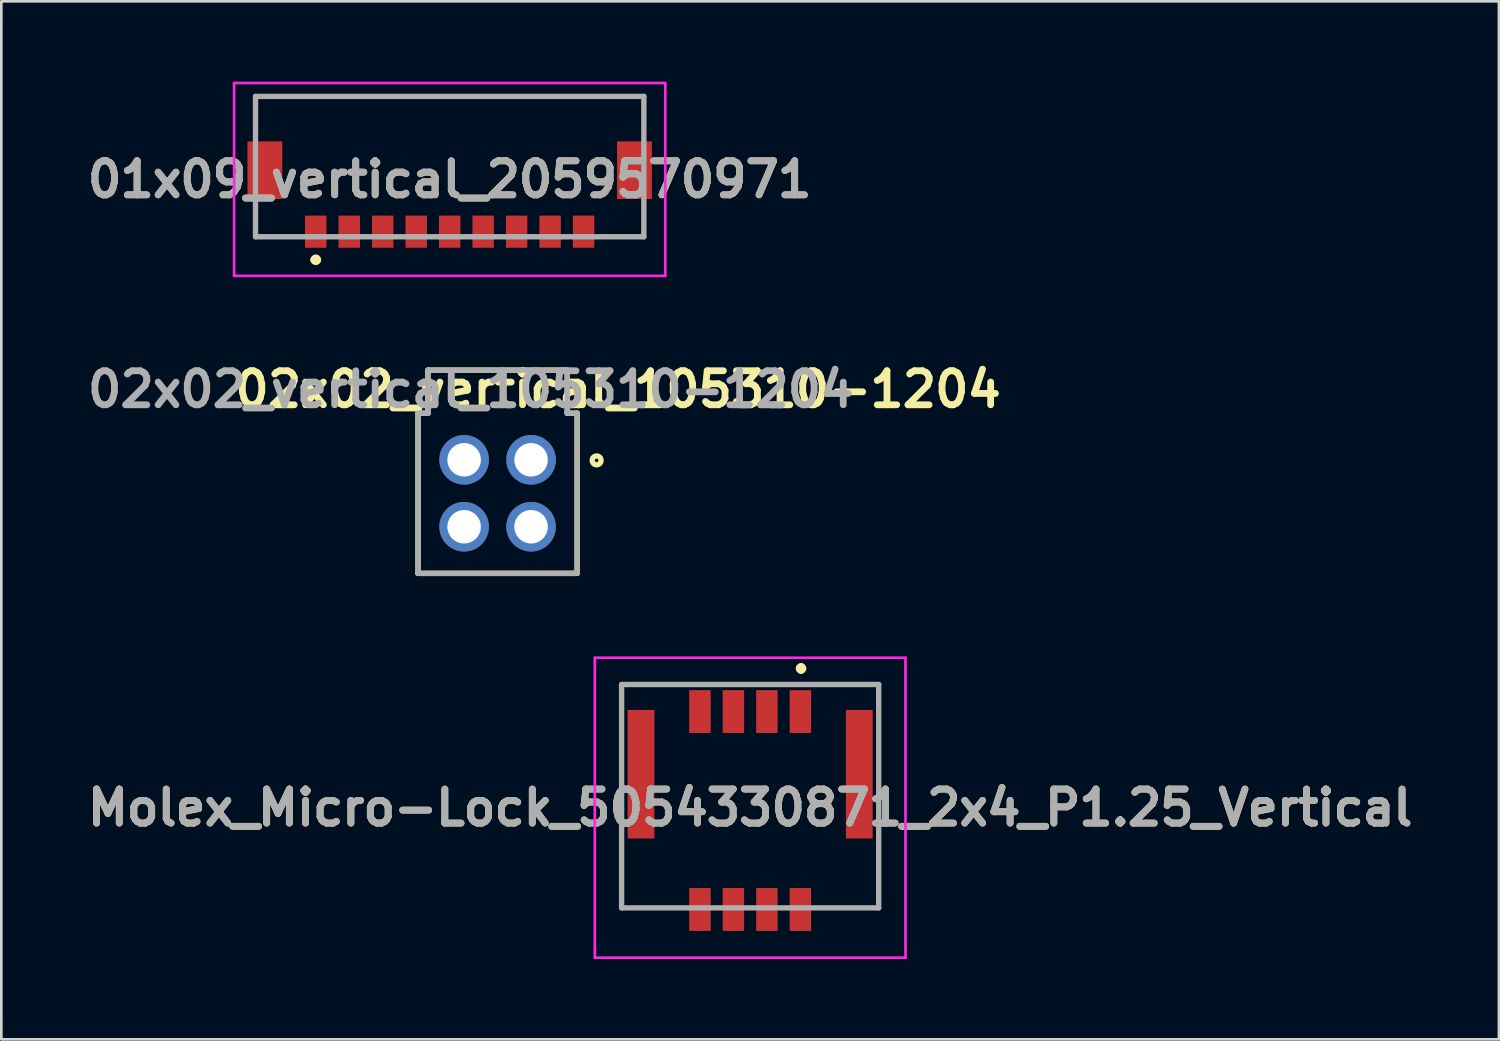
<source format=kicad_pcb>
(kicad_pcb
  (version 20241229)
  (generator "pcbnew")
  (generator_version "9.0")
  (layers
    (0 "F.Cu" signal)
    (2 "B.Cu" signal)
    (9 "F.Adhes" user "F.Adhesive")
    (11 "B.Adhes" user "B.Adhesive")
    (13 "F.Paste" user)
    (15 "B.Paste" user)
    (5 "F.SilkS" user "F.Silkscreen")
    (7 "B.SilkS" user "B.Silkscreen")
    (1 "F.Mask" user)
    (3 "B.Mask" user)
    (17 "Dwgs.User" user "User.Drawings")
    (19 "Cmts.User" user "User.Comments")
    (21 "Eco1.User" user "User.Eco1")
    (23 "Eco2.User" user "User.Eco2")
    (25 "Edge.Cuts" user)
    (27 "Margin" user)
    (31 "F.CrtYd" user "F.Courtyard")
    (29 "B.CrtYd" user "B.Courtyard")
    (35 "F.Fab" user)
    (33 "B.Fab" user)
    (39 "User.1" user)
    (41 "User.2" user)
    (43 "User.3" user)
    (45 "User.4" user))
  (footprint "02x02_vertical_105310-1204"
    (layer "F.Cu")
    (at 15.529 15.368)
    (property "Reference" "02x02_vertical_105310-1204" (at 4.5 -3.879 0) (layer "F.SilkS") (effects (font (size 1.27 1.27) (thickness 0.254))))
    (attr through_hole)
    (fp_line (start -2.97 -2.99) (end -2.97 2.99) (stroke (width 0.2) (type solid)) (layer "F.SilkS"))
    (fp_line (start -2.97 2.99) (end 2.97 2.99) (stroke (width 0.2) (type solid)) (layer "F.SilkS"))
    (fp_line (start -2.6 -4.598) (end -2.6 -2.99) (stroke (width 0.2) (type solid)) (layer "F.SilkS"))
    (fp_line (start -2.6 -2.99) (end -2.97 -2.99) (stroke (width 0.2) (type solid)) (layer "F.SilkS"))
    (fp_line (start 2.6 -4.598) (end -2.6 -4.598) (stroke (width 0.2) (type solid)) (layer "F.SilkS"))
    (fp_line (start 2.6 -2.99) (end 2.6 -4.598) (stroke (width 0.2) (type solid)) (layer "F.SilkS"))
    (fp_line (start 2.97 -2.99) (end 2.6 -2.99) (stroke (width 0.2) (type solid)) (layer "F.SilkS"))
    (fp_line (start 2.97 2.99) (end 2.97 -2.99) (stroke (width 0.2) (type solid)) (layer "F.SilkS"))
    (fp_circle (center 3.698 -1.228) (end 3.698 -1.163) (stroke (width 0.2) (type solid)) (fill no) (layer "F.SilkS"))
    (fp_line (start -2.97 -2.99) (end -2.97 2.99) (stroke (width 0.2) (type solid)) (layer "F.Fab"))
    (fp_line (start -2.97 2.99) (end 2.97 2.99) (stroke (width 0.2) (type solid)) (layer "F.Fab"))
    (fp_line (start -2.6 -4.598) (end 2.6 -4.598) (stroke (width 0.2) (type solid)) (layer "F.Fab"))
    (fp_line (start -2.6 -2.99) (end -2.97 -2.99) (stroke (width 0.2) (type solid)) (layer "F.Fab"))
    (fp_line (start -2.6 -2.99) (end -2.6 -4.598) (stroke (width 0.2) (type solid)) (layer "F.Fab"))
    (fp_line (start 2.6 -4.598) (end 2.6 -2.99) (stroke (width 0.2) (type solid)) (layer "F.Fab"))
    (fp_line (start 2.6 -2.99) (end 2.97 -2.99) (stroke (width 0.2) (type solid)) (layer "F.Fab"))
    (fp_line (start 2.97 2.99) (end 2.97 -2.99) (stroke (width 0.2) (type solid)) (layer "F.Fab"))
    (fp_text user "${REFERENCE}" (at -1.003 -3.879 0) (layer "F.Fab") (effects (font (size 1.27 1.27) (thickness 0.254))))
    (pad "" np_thru_hole circle (at 0 -2.59) (size 0.001 0.001) (drill 1.35) (layers "*.Cu" "*.Mask"))
    (pad "1" thru_hole circle (at 1.25 -1.25) (size 1.85 1.85) (drill 1.25) (layers "*.Cu" "*.Mask"))
    (pad "2" thru_hole circle (at -1.25 -1.25) (size 1.85 1.85) (drill 1.25) (layers "*.Cu" "*.Mask"))
    (pad "3" thru_hole circle (at 1.25 1.25) (size 1.85 1.85) (drill 1.25) (layers "*.Cu" "*.Mask"))
    (pad "4" thru_hole circle (at -1.25 1.25) (size 1.85 1.85) (drill 1.25) (layers "*.Cu" "*.Mask")))
  (footprint "01x09_vertical_2059570971"
    (layer "F.Cu")
    (at 13.74 3.65)
    (property "Reference" "01x09_vertical_2059570971" (at 0 0 0) (layer "F.SilkS") (effects (font (size 1.27 1.27) (thickness 0.254))))
    (attr smd)
    (fp_line (start -7.25 2.14) (end -7.25 1.4) (stroke (width 0.1) (type solid)) (layer "F.SilkS"))
    (fp_line (start -6 2.14) (end -7.25 2.14) (stroke (width 0.1) (type solid)) (layer "F.SilkS"))
    (fp_line (start -5.1 3) (end -5.1 3) (stroke (width 0.2) (type solid)) (layer "F.SilkS"))
    (fp_line (start -4.9 3) (end -4.9 3) (stroke (width 0.2) (type solid)) (layer "F.SilkS"))
    (fp_line (start -3.5 -3.1) (end 3.5 -3.1) (stroke (width 0.1) (type solid)) (layer "F.SilkS"))
    (fp_line (start 6 2.14) (end 7.25 2.14) (stroke (width 0.1) (type solid)) (layer "F.SilkS"))
    (fp_line (start 7.25 2.14) (end 7.25 1.4) (stroke (width 0.1) (type solid)) (layer "F.SilkS"))
    (fp_arc (start -5.1 3) (mid -5 2.9) (end -4.9 3) (stroke (width 0.2) (type solid)) (layer "F.SilkS"))
    (fp_arc (start -4.9 3) (mid -5 3.1) (end -5.1 3) (stroke (width 0.2) (type solid)) (layer "F.SilkS"))
    (fp_line (start -8.05 -3.6) (end 8.05 -3.6) (stroke (width 0.1) (type solid)) (layer "F.CrtYd"))
    (fp_line (start -8.05 3.6) (end -8.05 -3.6) (stroke (width 0.1) (type solid)) (layer "F.CrtYd"))
    (fp_line (start 8.05 -3.6) (end 8.05 3.6) (stroke (width 0.1) (type solid)) (layer "F.CrtYd"))
    (fp_line (start 8.05 3.6) (end -8.05 3.6) (stroke (width 0.1) (type solid)) (layer "F.CrtYd"))
    (fp_line (start -7.25 -3.1) (end 7.25 -3.1) (stroke (width 0.2) (type solid)) (layer "F.Fab"))
    (fp_line (start -7.25 2.14) (end -7.25 -3.1) (stroke (width 0.2) (type solid)) (layer "F.Fab"))
    (fp_line (start 7.25 -3.1) (end 7.25 2.14) (stroke (width 0.2) (type solid)) (layer "F.Fab"))
    (fp_line (start 7.25 2.14) (end -7.25 2.14) (stroke (width 0.2) (type solid)) (layer "F.Fab"))
    (fp_text user "${REFERENCE}" (at 0 0 0) (layer "F.Fab") (effects (font (size 1.27 1.27) (thickness 0.254))))
    (pad "1" smd rect (at -5 1.95) (size 0.8 1.2) (layers "F.Cu" "F.Mask" "F.Paste"))
    (pad "2" smd rect (at -3.75 1.95) (size 0.8 1.2) (layers "F.Cu" "F.Mask" "F.Paste"))
    (pad "3" smd rect (at -2.5 1.95) (size 0.8 1.2) (layers "F.Cu" "F.Mask" "F.Paste"))
    (pad "4" smd rect (at -1.25 1.95) (size 0.8 1.2) (layers "F.Cu" "F.Mask" "F.Paste"))
    (pad "5" smd rect (at 0 1.95) (size 0.8 1.2) (layers "F.Cu" "F.Mask" "F.Paste"))
    (pad "6" smd rect (at 1.25 1.95) (size 0.8 1.2) (layers "F.Cu" "F.Mask" "F.Paste"))
    (pad "7" smd rect (at 2.5 1.95) (size 0.8 1.2) (layers "F.Cu" "F.Mask" "F.Paste"))
    (pad "8" smd rect (at 3.75 1.95) (size 0.8 1.2) (layers "F.Cu" "F.Mask" "F.Paste"))
    (pad "9" smd rect (at 5 1.95) (size 0.8 1.2) (layers "F.Cu" "F.Mask" "F.Paste"))
    (pad "MP" smd rect (at -6.9 -0.345) (size 1.3 2.15) (layers "F.Cu" "F.Mask" "F.Paste"))
    (pad "MP" smd rect (at 6.9 -0.345) (size 1.3 2.15) (layers "F.Cu" "F.Mask" "F.Paste")))
  (footprint "Molex_Micro-Lock_5054330871_2x4_P1.25_Vertical"
    (layer "F.Cu")
    (at 24.959 26.358)
    (property "Reference" "Molex_Micro-Lock_5054330871_2x4_P1.25_Vertical" (at 0 0.75 0) (layer "F.SilkS") (effects (font (size 1.27 1.27) (thickness 0.254))))
    (attr smd)
    (fp_line (start -4.8 -3.85) (end -3.5 -3.85) (stroke (width 0.1) (type solid)) (layer "F.SilkS"))
    (fp_line (start -4.8 -3.45) (end -4.8 -3.85) (stroke (width 0.1) (type solid)) (layer "F.SilkS"))
    (fp_line (start -4.8 2.55) (end -4.8 4.49) (stroke (width 0.1) (type solid)) (layer "F.SilkS"))
    (fp_line (start -4.8 4.49) (end -3.5 4.49) (stroke (width 0.1) (type solid)) (layer "F.SilkS"))
    (fp_line (start 1.9 -4.55) (end 1.9 -4.55) (stroke (width 0.2) (type solid)) (layer "F.SilkS"))
    (fp_line (start 1.9 -4.35) (end 1.9 -4.35) (stroke (width 0.2) (type solid)) (layer "F.SilkS"))
    (fp_line (start 4.8 -3.85) (end 3.5 -3.85) (stroke (width 0.1) (type solid)) (layer "F.SilkS"))
    (fp_line (start 4.8 -3.45) (end 4.8 -3.85) (stroke (width 0.1) (type solid)) (layer "F.SilkS"))
    (fp_line (start 4.8 2.55) (end 4.8 4.49) (stroke (width 0.1) (type solid)) (layer "F.SilkS"))
    (fp_line (start 4.8 4.49) (end 3.5 4.49) (stroke (width 0.1) (type solid)) (layer "F.SilkS"))
    (fp_arc (start 1.9 -4.55) (mid 2 -4.45) (end 1.9 -4.35) (stroke (width 0.2) (type solid)) (layer "F.SilkS"))
    (fp_arc (start 1.9 -4.35) (mid 1.8 -4.45) (end 1.9 -4.55) (stroke (width 0.2) (type solid)) (layer "F.SilkS"))
    (fp_line (start -5.8 -4.85) (end 5.8 -4.85) (stroke (width 0.1) (type solid)) (layer "F.CrtYd"))
    (fp_line (start -5.8 6.35) (end -5.8 -4.85) (stroke (width 0.1) (type solid)) (layer "F.CrtYd"))
    (fp_line (start 5.8 -4.85) (end 5.8 6.35) (stroke (width 0.1) (type solid)) (layer "F.CrtYd"))
    (fp_line (start 5.8 6.35) (end -5.8 6.35) (stroke (width 0.1) (type solid)) (layer "F.CrtYd"))
    (fp_line (start -4.8 -3.85) (end 4.8 -3.85) (stroke (width 0.2) (type solid)) (layer "F.Fab"))
    (fp_line (start -4.8 4.49) (end -4.8 -3.85) (stroke (width 0.2) (type solid)) (layer "F.Fab"))
    (fp_line (start 4.8 -3.85) (end 4.8 4.49) (stroke (width 0.2) (type solid)) (layer "F.Fab"))
    (fp_line (start 4.8 4.49) (end -4.8 4.49) (stroke (width 0.2) (type solid)) (layer "F.Fab"))
    (fp_text user "${REFERENCE}" (at 0 0.75 0) (layer "F.Fab") (effects (font (size 1.27 1.27) (thickness 0.254))))
    (pad "1" smd rect (at 1.875 -2.84) (size 0.8 1.6) (layers "F.Cu" "F.Mask" "F.Paste"))
    (pad "2" smd rect (at 1.875 4.55) (size 0.8 1.6) (layers "F.Cu" "F.Mask" "F.Paste"))
    (pad "3" smd rect (at 0.625 -2.84) (size 0.8 1.6) (layers "F.Cu" "F.Mask" "F.Paste"))
    (pad "4" smd rect (at 0.625 4.55) (size 0.8 1.6) (layers "F.Cu" "F.Mask" "F.Paste"))
    (pad "5" smd rect (at -0.625 -2.84) (size 0.8 1.6) (layers "F.Cu" "F.Mask" "F.Paste"))
    (pad "6" smd rect (at -0.625 4.55) (size 0.8 1.6) (layers "F.Cu" "F.Mask" "F.Paste"))
    (pad "7" smd rect (at -1.875 -2.84) (size 0.8 1.6) (layers "F.Cu" "F.Mask" "F.Paste"))
    (pad "8" smd rect (at -1.875 4.55) (size 0.8 1.6) (layers "F.Cu" "F.Mask" "F.Paste"))
    (pad "MP" smd rect (at -4.075 -0.5) (size 1 4.8) (layers "F.Cu" "F.Mask" "F.Paste"))
    (pad "MP" smd rect (at 4.075 -0.5) (size 1 4.8) (layers "F.Cu" "F.Mask" "F.Paste")))
  (gr_rect
    (start -3 -3)
    (end 52.917 35.758)
    (stroke (width 0.1) (type default))
    (fill no)
    (layer "Edge.Cuts")))
</source>
